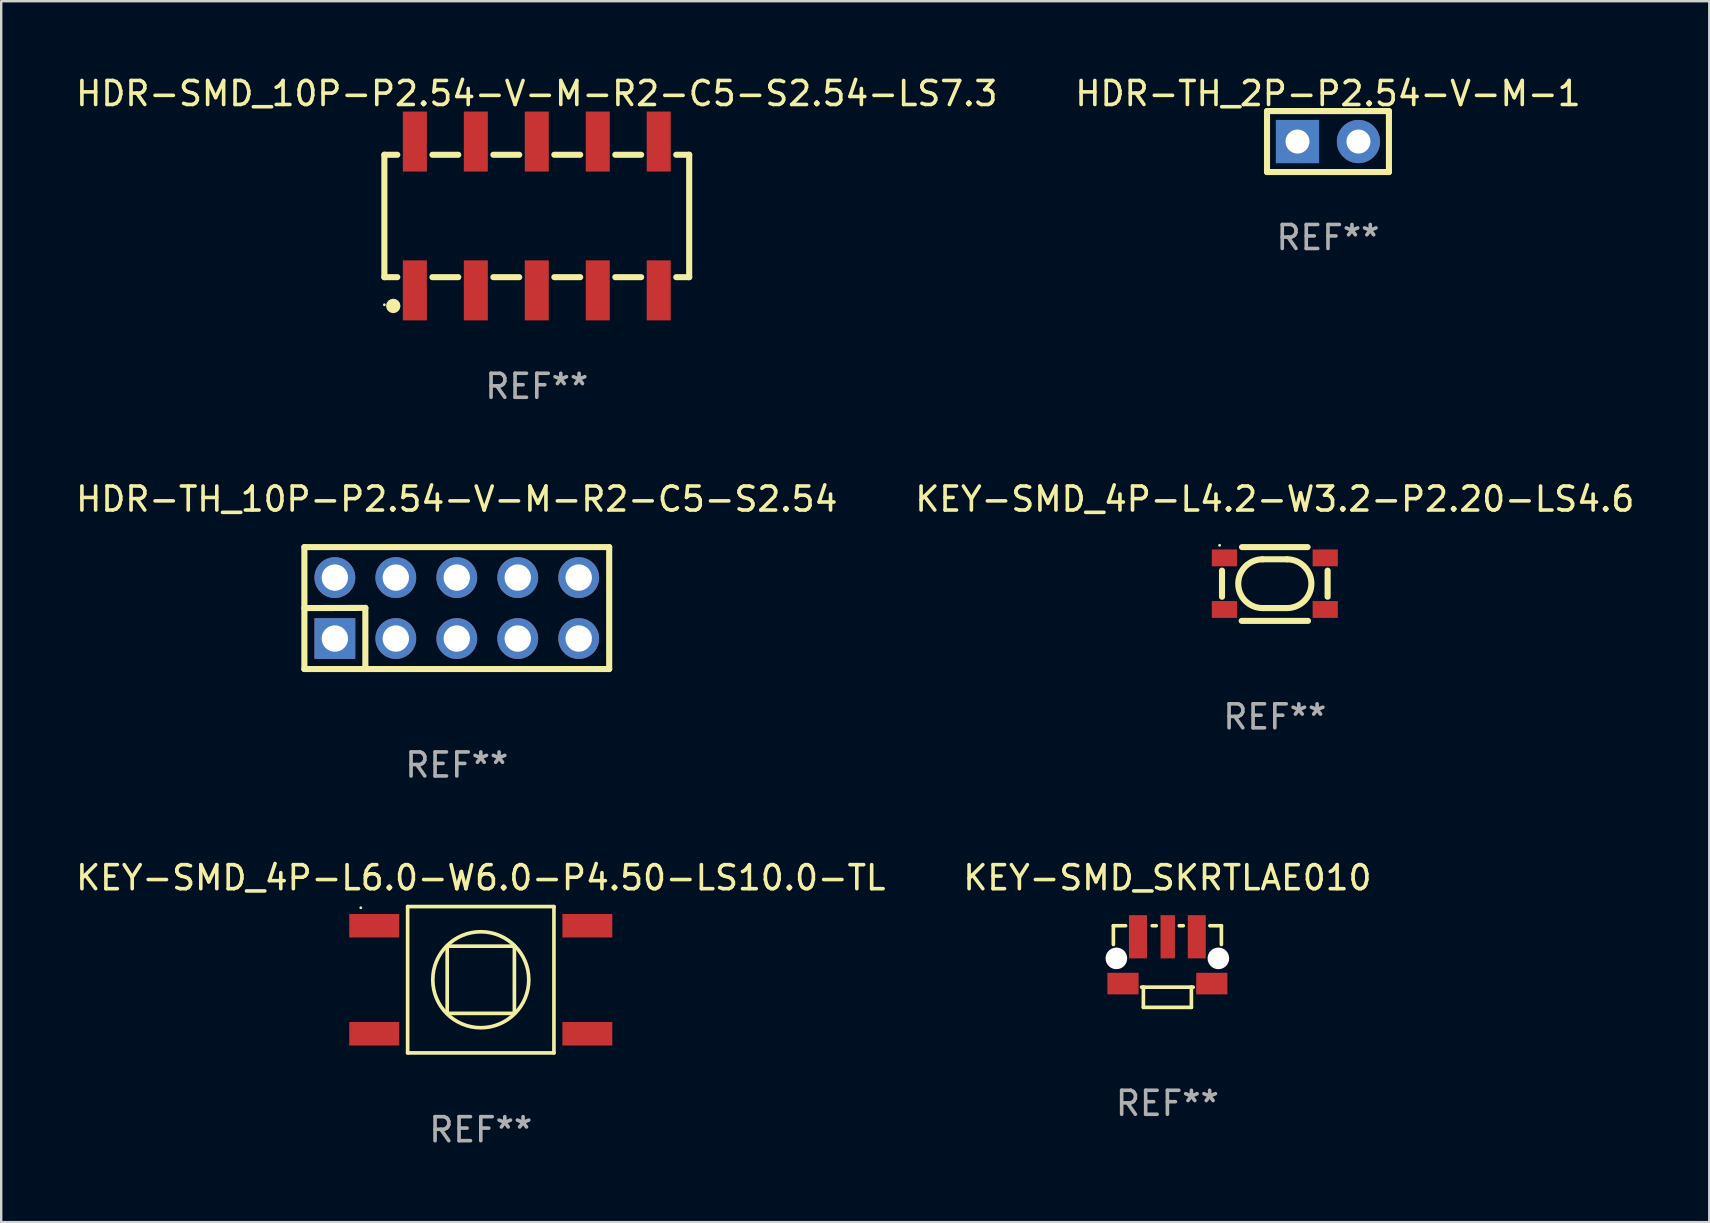
<source format=kicad_pcb>
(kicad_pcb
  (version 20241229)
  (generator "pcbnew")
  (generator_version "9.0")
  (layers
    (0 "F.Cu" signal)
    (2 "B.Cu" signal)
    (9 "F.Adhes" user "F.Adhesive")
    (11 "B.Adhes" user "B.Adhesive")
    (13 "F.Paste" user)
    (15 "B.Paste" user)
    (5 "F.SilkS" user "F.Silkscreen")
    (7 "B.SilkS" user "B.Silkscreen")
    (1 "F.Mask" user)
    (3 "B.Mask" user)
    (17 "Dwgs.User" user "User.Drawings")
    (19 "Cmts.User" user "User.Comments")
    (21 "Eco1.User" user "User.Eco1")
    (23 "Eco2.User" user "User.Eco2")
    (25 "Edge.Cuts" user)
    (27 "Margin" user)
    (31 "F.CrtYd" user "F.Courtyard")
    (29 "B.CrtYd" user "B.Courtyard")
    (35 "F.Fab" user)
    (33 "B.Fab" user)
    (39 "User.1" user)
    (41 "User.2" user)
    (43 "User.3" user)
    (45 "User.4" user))
  (footprint "KEY-SMD_4P-L4.2-W3.2-P2.20-LS4.6"
    (layer "F.Cu")
    (at 50.065 21.269)
    (property "Reference" "KEY-SMD_4P-L4.2-W3.2-P2.20-LS4.6" (at 0 -3.524 0) (layer "F.SilkS") (effects (font (size 1 1) (thickness 0.15))))
    (attr smd)
    (fp_line (start -2.2 -0.544) (end -2.2 0.544) (stroke (width 0.254) (type solid)) (layer "F.SilkS"))
    (fp_line (start -1.381 1.55) (end 1.381 1.55) (stroke (width 0.254) (type solid)) (layer "F.SilkS"))
    (fp_line (start -0.508 -1.016) (end 0.508 -1.016) (stroke (width 0.254) (type solid)) (layer "F.SilkS"))
    (fp_line (start -0.508 1.016) (end 0.508 1.016) (stroke (width 0.254) (type solid)) (layer "F.SilkS"))
    (fp_line (start 1.366 -1.524) (end -1.366 -1.524) (stroke (width 0.254) (type solid)) (layer "F.SilkS"))
    (fp_line (start 2.2 -0.544) (end 2.2 0.544) (stroke (width 0.254) (type solid)) (layer "F.SilkS"))
    (fp_arc (start -0.508001 1.016002) (mid -1.524003 0) (end -0.508001 -1.016002) (stroke (width 0.254001) (type solid)) (layer "F.SilkS"))
    (fp_arc (start 0.508001 -1.016002) (mid 1.524003 0) (end 0.508001 1.016002) (stroke (width 0.254001) (type solid)) (layer "F.SilkS"))
    (fp_circle (center -2.3 -1.6) (end -2.27 -1.6) (stroke (width 0.06) (type solid)) (fill no) (layer "F.SilkS"))
    (fp_text user "REF**" (at 0 5.55 0) (layer "F.Fab") (effects (font (size 1 1) (thickness 0.15))))
    (pad "1" smd rect (at -2.1 -1.075) (size 1.05 0.7) (layers "F.Cu" "F.Mask" "F.Paste"))
    (pad "2" smd rect (at 2.1 -1.075) (size 1.05 0.7) (layers "F.Cu" "F.Mask" "F.Paste"))
    (pad "3" smd rect (at -2.1 1.075) (size 1.05 0.7) (layers "F.Cu" "F.Mask" "F.Paste"))
    (pad "4" smd rect (at 2.1 1.075) (size 1.05 0.7) (layers "F.Cu" "F.Mask" "F.Paste")))
  (footprint "HDR-TH_2P-P2.54-V-M-1"
    (layer "F.Cu")
    (at 52.28 2.848)
    (property "Reference" "HDR-TH_2P-P2.54-V-M-1" (at 0 -2 0) (layer "F.SilkS") (effects (font (size 1 1) (thickness 0.15))))
    (attr through_hole)
    (fp_line (start -2.54 -1.27) (end -2.54 1.27) (stroke (width 0.254) (type solid)) (layer "F.SilkS"))
    (fp_line (start -2.54 1.27) (end 2.54 1.27) (stroke (width 0.254) (type solid)) (layer "F.SilkS"))
    (fp_line (start 2.54 -1.27) (end -2.54 -1.27) (stroke (width 0.254) (type solid)) (layer "F.SilkS"))
    (fp_line (start 2.54 1.27) (end 2.54 -1.27) (stroke (width 0.254) (type solid)) (layer "F.SilkS"))
    (fp_circle (center -2.54 1.27) (end -2.51 1.27) (stroke (width 0.06) (type solid)) (fill no) (layer "F.SilkS"))
    (fp_text user "REF**" (at 0 4 0) (layer "F.Fab") (effects (font (size 1 1) (thickness 0.15))))
    (pad "1" thru_hole rect (at -1.27 0) (size 1.8 1.8) (drill 1) (layers "*.Cu" "*.Mask"))
    (pad "2" thru_hole circle (at 1.27 0) (size 1.8 1.8) (drill 1) (layers "*.Cu" "*.Mask")))
  (footprint "KEY-SMD_4P-L6.0-W6.0-P4.50-LS10.0-TL"
    (layer "F.Cu")
    (at 16.982 37.771)
    (property "Reference" "KEY-SMD_4P-L6.0-W6.0-P4.50-LS10.0-TL" (at 0 -4.25 0) (layer "F.SilkS") (effects (font (size 1 1) (thickness 0.15))))
    (attr smd)
    (fp_line (start -3.048 -3.048) (end -3.048 3.048) (stroke (width 0.152) (type solid)) (layer "F.SilkS"))
    (fp_line (start -3.048 3.048) (end 3.048 3.048) (stroke (width 0.152) (type solid)) (layer "F.SilkS"))
    (fp_line (start -1.4 -1.4) (end -1.4 1.4) (stroke (width 0.152) (type solid)) (layer "F.SilkS"))
    (fp_line (start -1.4 1.4) (end 1.4 1.4) (stroke (width 0.152) (type solid)) (layer "F.SilkS"))
    (fp_line (start 1.4 -1.4) (end -1.4 -1.4) (stroke (width 0.152) (type solid)) (layer "F.SilkS"))
    (fp_line (start 1.4 1.4) (end 1.4 -1.4) (stroke (width 0.152) (type solid)) (layer "F.SilkS"))
    (fp_line (start 3.048 -3.048) (end -3.048 -3.048) (stroke (width 0.152) (type solid)) (layer "F.SilkS"))
    (fp_line (start 3.048 3.048) (end 3.048 -3.048) (stroke (width 0.152) (type solid)) (layer "F.SilkS"))
    (fp_circle (center -5 -3) (end -4.97 -3) (stroke (width 0.06) (type solid)) (fill no) (layer "F.SilkS"))
    (fp_circle (center 0 0) (end 2 0) (stroke (width 0.152) (type solid)) (fill no) (layer "F.SilkS"))
    (fp_text user "REF**" (at 0 6.25 0) (layer "F.Fab") (effects (font (size 1 1) (thickness 0.15))))
    (pad "1" smd rect (at -4.44 -2.25 270) (size 0.98 2.08) (layers "F.Cu" "F.Mask" "F.Paste"))
    (pad "2" smd rect (at 4.44 -2.25 270) (size 0.98 2.08) (layers "F.Cu" "F.Mask" "F.Paste"))
    (pad "3" smd rect (at -4.44 2.25 270) (size 0.98 2.08) (layers "F.Cu" "F.Mask" "F.Paste"))
    (pad "4" smd rect (at 4.44 2.25 270) (size 0.98 2.08) (layers "F.Cu" "F.Mask" "F.Paste")))
  (footprint "HDR-SMD_10P-P2.54-V-M-R2-C5-S2.54-LS7.3"
    (layer "F.Cu")
    (at 19.315 5.948)
    (property "Reference" "HDR-SMD_10P-P2.54-V-M-R2-C5-S2.54-LS7.3" (at 0.000013 -5.1 0) (layer "F.SilkS") (effects (font (size 1 1) (thickness 0.15))))
    (attr smd)
    (fp_line (start -6.35 -2.55) (end -6.35 2.55) (stroke (width 0.254) (type solid)) (layer "F.SilkS"))
    (fp_line (start -6.35 2.55) (end -5.811 2.55) (stroke (width 0.254) (type solid)) (layer "F.SilkS"))
    (fp_line (start -5.811 -2.55) (end -6.35 -2.55) (stroke (width 0.254) (type solid)) (layer "F.SilkS"))
    (fp_line (start -4.349 2.55) (end -3.271 2.55) (stroke (width 0.254) (type solid)) (layer "F.SilkS"))
    (fp_line (start -3.271 -2.55) (end -4.349 -2.55) (stroke (width 0.254) (type solid)) (layer "F.SilkS"))
    (fp_line (start -1.809 2.55) (end -0.731 2.55) (stroke (width 0.254) (type solid)) (layer "F.SilkS"))
    (fp_line (start -0.731 -2.55) (end -1.809 -2.55) (stroke (width 0.254) (type solid)) (layer "F.SilkS"))
    (fp_line (start 0.731 2.55) (end 1.809 2.55) (stroke (width 0.254) (type solid)) (layer "F.SilkS"))
    (fp_line (start 1.809 -2.55) (end 0.731 -2.55) (stroke (width 0.254) (type solid)) (layer "F.SilkS"))
    (fp_line (start 3.271 2.55) (end 4.349 2.55) (stroke (width 0.254) (type solid)) (layer "F.SilkS"))
    (fp_line (start 4.349 -2.55) (end 3.271 -2.55) (stroke (width 0.254) (type solid)) (layer "F.SilkS"))
    (fp_line (start 5.811 2.55) (end 6.35 2.55) (stroke (width 0.254) (type solid)) (layer "F.SilkS"))
    (fp_line (start 6.35 -2.55) (end 5.811 -2.55) (stroke (width 0.254) (type solid)) (layer "F.SilkS"))
    (fp_line (start 6.35 2.55) (end 6.35 -2.55) (stroke (width 0.254) (type solid)) (layer "F.SilkS"))
    (fp_circle (center -6.35 3.7) (end -6.32 3.7) (stroke (width 0.06) (type solid)) (fill no) (layer "F.SilkS"))
    (fp_circle (center -5.98 3.749) (end -5.83 3.749) (stroke (width 0.3) (type solid)) (fill no) (layer "F.SilkS"))
    (fp_text user "REF**" (at 0.000013 7.1 0) (layer "F.Fab") (effects (font (size 1 1) (thickness 0.15))))
    (pad "1" smd rect (at -5.08 3.1) (size 1 2.5) (layers "F.Cu" "F.Mask" "F.Paste"))
    (pad "2" smd rect (at -5.08 -3.1) (size 1 2.5) (layers "F.Cu" "F.Mask" "F.Paste"))
    (pad "3" smd rect (at -2.54 3.1) (size 1 2.5) (layers "F.Cu" "F.Mask" "F.Paste"))
    (pad "4" smd rect (at -2.54 -3.1) (size 1 2.5) (layers "F.Cu" "F.Mask" "F.Paste"))
    (pad "5" smd rect (at 0 3.1) (size 1 2.5) (layers "F.Cu" "F.Mask" "F.Paste"))
    (pad "6" smd rect (at 0 -3.1) (size 1 2.5) (layers "F.Cu" "F.Mask" "F.Paste"))
    (pad "7" smd rect (at 2.54 3.1) (size 1 2.5) (layers "F.Cu" "F.Mask" "F.Paste"))
    (pad "8" smd rect (at 2.54 -3.1) (size 1 2.5) (layers "F.Cu" "F.Mask" "F.Paste"))
    (pad "9" smd rect (at 5.08 3.1) (size 1 2.5) (layers "F.Cu" "F.Mask" "F.Paste"))
    (pad "10" smd rect (at 5.08 -3.1) (size 1 2.5) (layers "F.Cu" "F.Mask" "F.Paste")))
  (footprint "KEY-SMD_SKRTLAE010"
    (layer "F.Cu")
    (at 45.589 36.956)
    (property "Reference" "KEY-SMD_SKRTLAE010" (at 0.000013 -3.435 0) (layer "F.SilkS") (effects (font (size 1 1) (thickness 0.15))))
    (attr smd)
    (fp_line (start -2.25 -1.435) (end -2.25 -0.654) (stroke (width 0.152) (type solid)) (layer "F.SilkS"))
    (fp_line (start -1.741 -1.435) (end -2.25 -1.435) (stroke (width 0.152) (type solid)) (layer "F.SilkS"))
    (fp_line (start -1 1.125) (end -1.074 1.125) (stroke (width 0.152) (type solid)) (layer "F.SilkS"))
    (fp_line (start -1 1.125) (end 1 1.125) (stroke (width 0.152) (type solid)) (layer "F.SilkS"))
    (fp_line (start -1 1.965) (end -1 1.125) (stroke (width 0.152) (type solid)) (layer "F.SilkS"))
    (fp_line (start -0.465 -1.435) (end -0.631 -1.435) (stroke (width 0.152) (type solid)) (layer "F.SilkS"))
    (fp_line (start 0.661 -1.435) (end 0.495 -1.435) (stroke (width 0.152) (type solid)) (layer "F.SilkS"))
    (fp_line (start 1 1.125) (end 1 1.965) (stroke (width 0.152) (type solid)) (layer "F.SilkS"))
    (fp_line (start 1 1.965) (end -1 1.965) (stroke (width 0.152) (type solid)) (layer "F.SilkS"))
    (fp_line (start 1.074 1.125) (end 1 1.125) (stroke (width 0.152) (type solid)) (layer "F.SilkS"))
    (fp_line (start 2.25 -1.435) (end 1.771 -1.435) (stroke (width 0.152) (type solid)) (layer "F.SilkS"))
    (fp_line (start 2.25 -1.435) (end 2.25 -0.654) (stroke (width 0.152) (type solid)) (layer "F.SilkS"))
    (fp_circle (center -2.25 -1.435) (end -2.22 -1.435) (stroke (width 0.06) (type solid)) (fill no) (layer "F.SilkS"))
    (fp_text user "REF**" (at 0.000013 5.965 0) (layer "F.Fab") (effects (font (size 1 1) (thickness 0.15))))
    (pad "" np_thru_hole circle (at -2.125 -0.075) (size 0.9 0.9) (drill 0.9) (layers "*.Cu" "*.Mask"))
    (pad "" np_thru_hole circle (at 2.125 -0.075) (size 0.9 0.9) (drill 0.9) (layers "*.Cu" "*.Mask"))
    (pad "1" smd rect (at -1.225 -0.975) (size 0.75 1.8) (layers "F.Cu" "F.Mask" "F.Paste"))
    (pad "2" smd rect (at 0.015 -0.975) (size 0.6 1.8) (layers "F.Cu" "F.Mask" "F.Paste"))
    (pad "3" smd rect (at 1.225 -0.975) (size 0.75 1.8) (layers "F.Cu" "F.Mask" "F.Paste"))
    (pad "4" smd rect (at -1.85 0.975 90) (size 0.9 1.3) (layers "F.Cu" "F.Mask" "F.Paste"))
    (pad "5" smd rect (at 1.85 0.975 90) (size 0.9 1.3) (layers "F.Cu" "F.Mask" "F.Paste")))
  (footprint "HDR-TH_10P-P2.54-V-M-R2-C5-S2.54"
    (layer "F.Cu")
    (at 15.982 22.285)
    (property "Reference" "HDR-TH_10P-P2.54-V-M-R2-C5-S2.54" (at 0 -4.54 0) (layer "F.SilkS") (effects (font (size 1 1) (thickness 0.15))))
    (attr through_hole)
    (fp_line (start -6.35 -2.54) (end -6.35 2.54) (stroke (width 0.254) (type solid)) (layer "F.SilkS"))
    (fp_line (start -6.35 -2.54) (end 6.35 -2.54) (stroke (width 0.254) (type solid)) (layer "F.SilkS"))
    (fp_line (start -6.35 0) (end -3.81 -0.007) (stroke (width 0.254) (type solid)) (layer "F.SilkS"))
    (fp_line (start -6.35 2.54) (end 6.35 2.54) (stroke (width 0.254) (type solid)) (layer "F.SilkS"))
    (fp_line (start -3.81 -0.007) (end -3.81 2.54) (stroke (width 0.254) (type solid)) (layer "F.SilkS"))
    (fp_line (start 6.35 -2.54) (end 6.35 2.54) (stroke (width 0.254) (type solid)) (layer "F.SilkS"))
    (fp_circle (center -6.35 2.5) (end -6.32 2.5) (stroke (width 0.06) (type solid)) (fill no) (layer "F.SilkS"))
    (fp_text user "REF**" (at 0 6.54 0) (layer "F.Fab") (effects (font (size 1 1) (thickness 0.15))))
    (pad "1" thru_hole rect (at -5.08 1.27) (size 1.7 1.7) (drill 1.1) (layers "*.Cu" "*.Mask"))
    (pad "2" thru_hole circle (at -5.08 -1.27) (size 1.7 1.7) (drill 1.1) (layers "*.Cu" "*.Mask"))
    (pad "3" thru_hole circle (at -2.54 1.27) (size 1.7 1.7) (drill 1.1) (layers "*.Cu" "*.Mask"))
    (pad "4" thru_hole circle (at -2.54 -1.27) (size 1.7 1.7) (drill 1.1) (layers "*.Cu" "*.Mask"))
    (pad "5" thru_hole circle (at 0 1.27) (size 1.7 1.7) (drill 1.1) (layers "*.Cu" "*.Mask"))
    (pad "6" thru_hole circle (at 0 -1.27) (size 1.7 1.7) (drill 1.1) (layers "*.Cu" "*.Mask"))
    (pad "7" thru_hole circle (at 2.54 1.27) (size 1.7 1.7) (drill 1.1) (layers "*.Cu" "*.Mask"))
    (pad "8" thru_hole circle (at 2.54 -1.27) (size 1.7 1.7) (drill 1.1) (layers "*.Cu" "*.Mask"))
    (pad "9" thru_hole circle (at 5.08 1.27) (size 1.7 1.7) (drill 1.1) (layers "*.Cu" "*.Mask"))
    (pad "10" thru_hole circle (at 5.08 -1.27) (size 1.7 1.7) (drill 1.1) (layers "*.Cu" "*.Mask")))
  (gr_rect
    (start -3 -3)
    (end 68.167 47.869)
    (stroke (width 0.1) (type default))
    (fill no)
    (layer "Edge.Cuts")))
</source>
